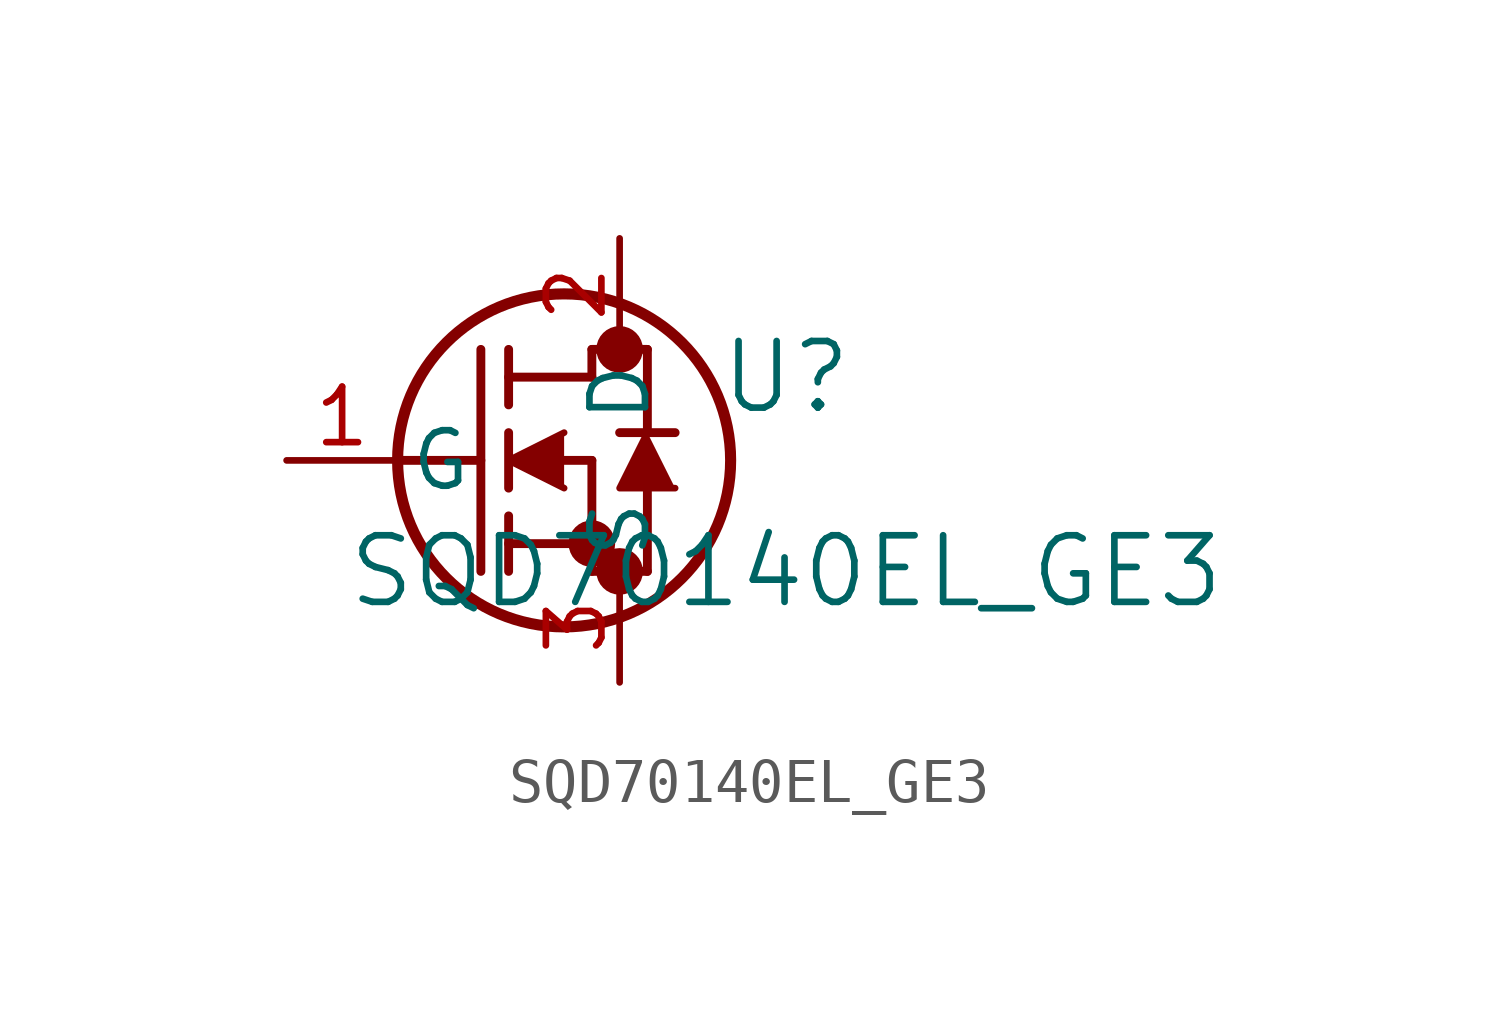
<source format=kicad_sym>
(kicad_symbol_lib
  (version 20211014)
  (generator kicad_symbol_editor)
  (symbol "SQD70140EL_GE3"
    (pin_names
      (offset 0.254))
    (property "Reference" "U"
      (at 11.43 1.905 0)
      (effects (font (size 1.524 1.524))))
    (property "Value" "SQD70140EL_GE3"
      (at 11.43 -2.54 0)
      (effects (font (size 1.524 1.524))))
    (symbol "SQD70140EL_GE3_0_1"
      (circle (center 7.62 2.54) (radius 0.025) (stroke (width 0.508) (type default) (color 0 0 0 0)) (fill (type none)))
      (circle (center 7.62 -2.54) (radius 0.025) (stroke (width 0.508) (type default) (color 0 0 0 0)) (fill (type none)))
      (circle (center 6.985 -1.905) (radius 0.025) (stroke (width 0.508) (type default) (color 0 0 0 0)) (fill (type none)))
      (circle (center 6.35 0) (radius 3.81) (stroke (width 0.254) (type default) (color 0 0 0 0)) (fill (type none)))
      (polyline (pts (xy 2.54 0) (xy 4.445 0)) (stroke (width 0.203) (type default) (color 0 0 0 0)) (fill (type none)))
      (polyline (pts (xy 4.445 -2.54) (xy 4.445 2.54)) (stroke (width 0.203) (type default) (color 0 0 0 0)) (fill (type none)))
      (polyline (pts (xy 5.08 -0.635) (xy 5.08 0.635)) (stroke (width 0.203) (type default) (color 0 0 0 0)) (fill (type none)))
      (polyline (pts (xy 5.08 -2.54) (xy 5.08 -1.27)) (stroke (width 0.203) (type default) (color 0 0 0 0)) (fill (type none)))
      (polyline (pts (xy 5.08 1.27) (xy 5.08 2.54)) (stroke (width 0.203) (type default) (color 0 0 0 0)) (fill (type none)))
      (polyline (pts (xy 6.35 0) (xy 6.985 0)) (stroke (width 0.203) (type default) (color 0 0 0 0)) (fill (type none)))
      (polyline (pts (xy 5.08 -1.905) (xy 6.985 -1.905)) (stroke (width 0.203) (type default) (color 0 0 0 0)) (fill (type none)))
      (polyline (pts (xy 6.985 -2.54) (xy 6.985 0)) (stroke (width 0.203) (type default) (color 0 0 0 0)) (fill (type none)))
      (polyline (pts (xy 6.985 -2.54) (xy 8.255 -2.54)) (stroke (width 0.203) (type default) (color 0 0 0 0)) (fill (type none)))
      (polyline (pts (xy 5.08 1.905) (xy 6.985 1.905)) (stroke (width 0.203) (type default) (color 0 0 0 0)) (fill (type none)))
      (polyline (pts (xy 8.255 0.635) (xy 8.255 2.54)) (stroke (width 0.203) (type default) (color 0 0 0 0)) (fill (type none)))
      (polyline (pts (xy 6.35 0.635) (xy 5.08 0) (xy 6.35 -0.635)) (stroke (width 0) (type default) (color 0 0 0 0)) (fill (type outline)))
      (polyline (pts (xy 8.89 -0.635) (xy 7.62 -0.635) (xy 8.255 0.635)) (stroke (width 0) (type default) (color 0 0 0 0)) (fill (type outline)))
      (polyline (pts (xy 8.255 -2.54) (xy 8.255 -0.635)) (stroke (width 0.203) (type default) (color 0 0 0 0)) (fill (type none)))
      (polyline (pts (xy 8.89 0.635) (xy 7.62 0.635)) (stroke (width 0.203) (type default) (color 0 0 0 0)) (fill (type none)))
      (polyline (pts (xy 6.985 2.54) (xy 8.255 2.54)) (stroke (width 0.203) (type default) (color 0 0 0 0)) (fill (type none)))
      (polyline (pts (xy 6.985 1.905) (xy 6.985 2.54)) (stroke (width 0.203) (type default) (color 0 0 0 0)) (fill (type none)))
      (pin unspecified line (at 0 0 0) (length 2.54) (name "G" (effects (font (size 1.27 1.27)))) (number "1" (effects (font (size 1.27 1.27)))))
      (pin unspecified line (at 7.62 5.08 270) (length 2.54) (name "D" (effects (font (size 1.27 1.27)))) (number "2" (effects (font (size 1.27 1.27)))))
      (pin unspecified line (at 7.62 -5.08 90) (length 2.54) (name "S" (effects (font (size 1.27 1.27)))) (number "3" (effects (font (size 1.27 1.27))))))))
</source>
